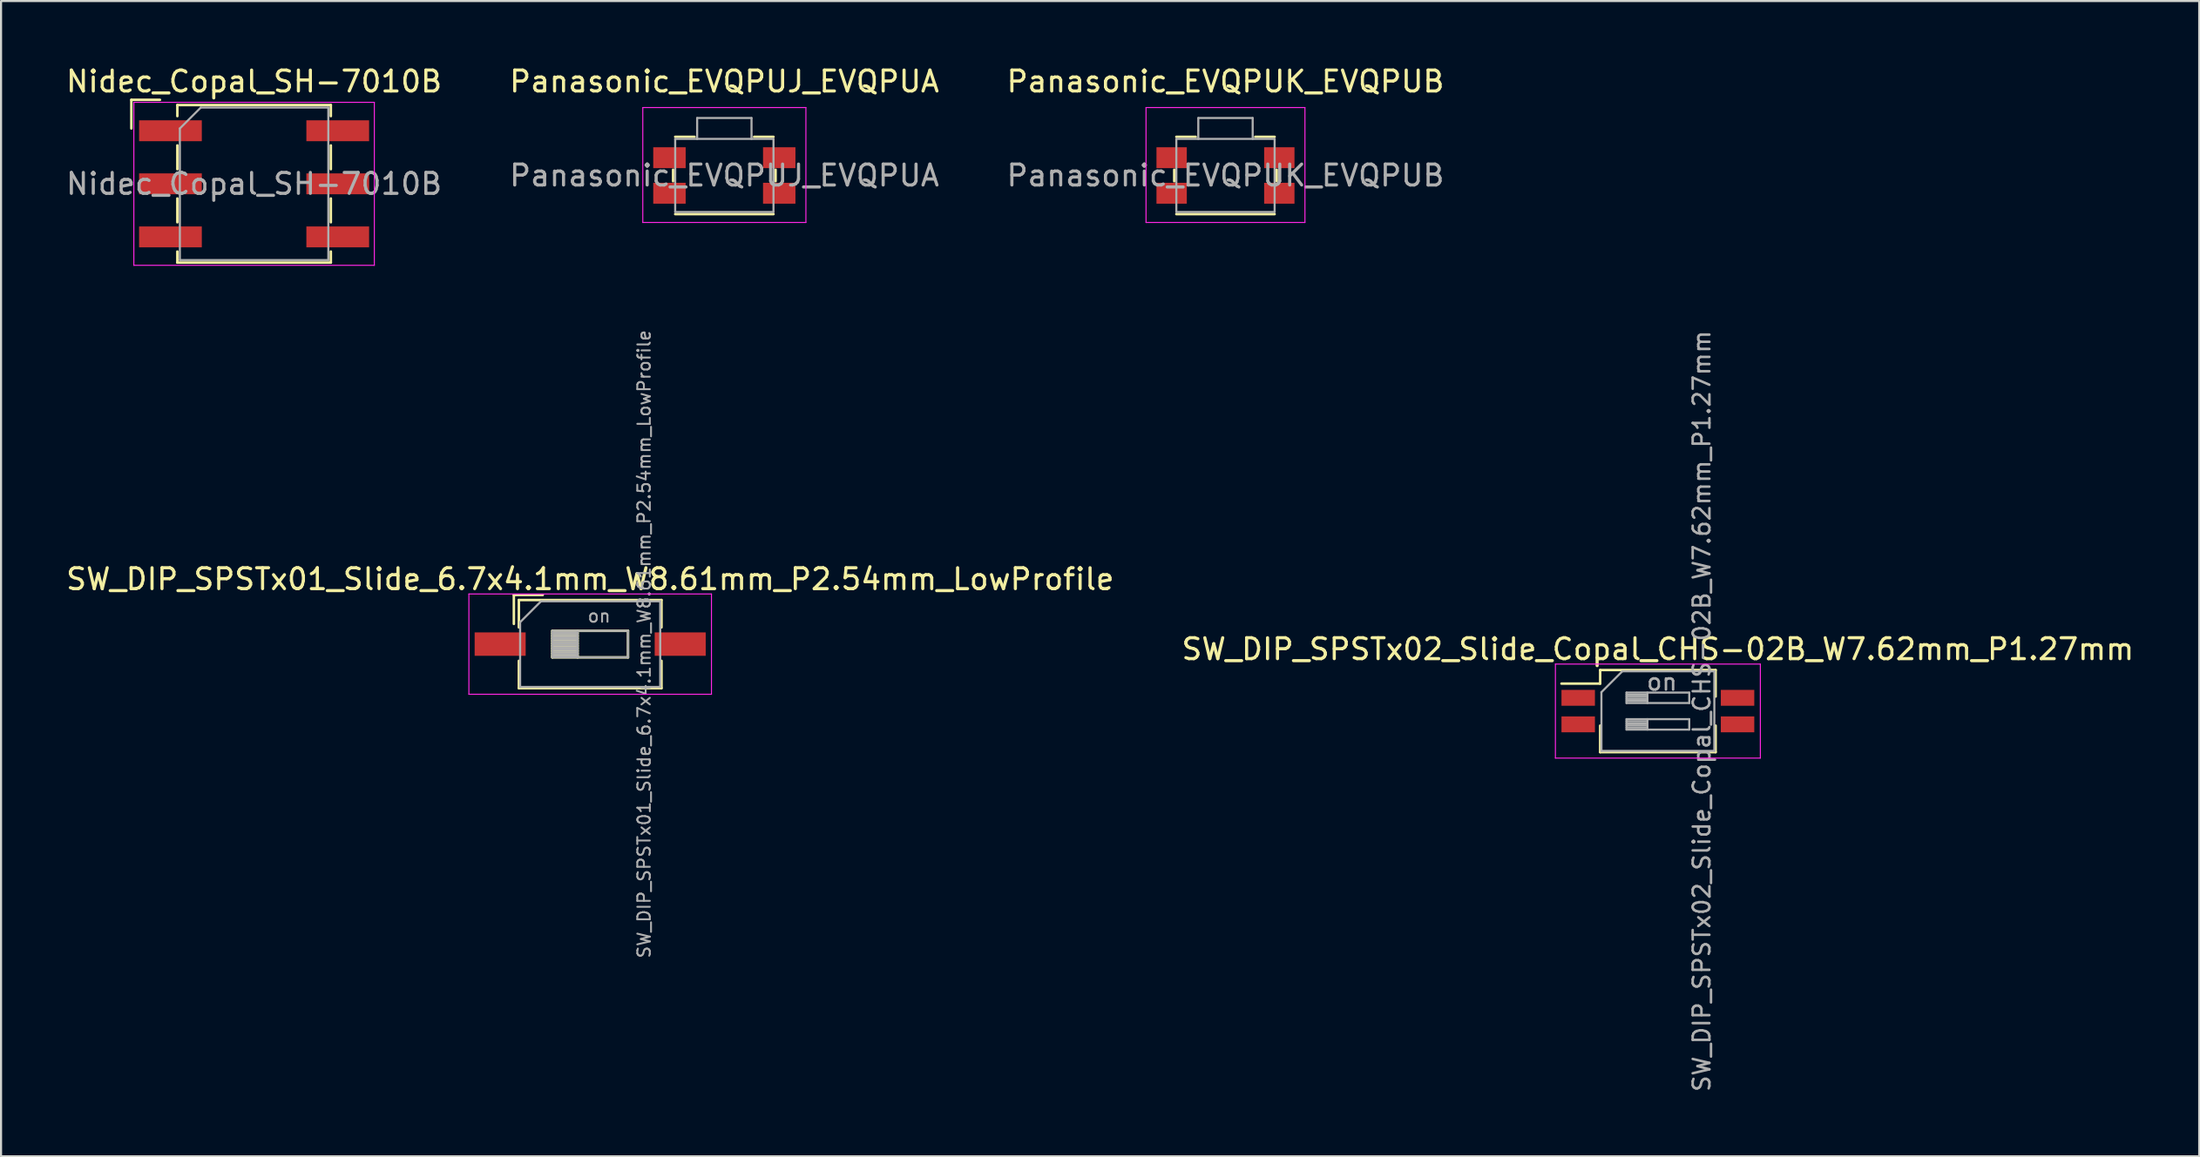
<source format=kicad_pcb>
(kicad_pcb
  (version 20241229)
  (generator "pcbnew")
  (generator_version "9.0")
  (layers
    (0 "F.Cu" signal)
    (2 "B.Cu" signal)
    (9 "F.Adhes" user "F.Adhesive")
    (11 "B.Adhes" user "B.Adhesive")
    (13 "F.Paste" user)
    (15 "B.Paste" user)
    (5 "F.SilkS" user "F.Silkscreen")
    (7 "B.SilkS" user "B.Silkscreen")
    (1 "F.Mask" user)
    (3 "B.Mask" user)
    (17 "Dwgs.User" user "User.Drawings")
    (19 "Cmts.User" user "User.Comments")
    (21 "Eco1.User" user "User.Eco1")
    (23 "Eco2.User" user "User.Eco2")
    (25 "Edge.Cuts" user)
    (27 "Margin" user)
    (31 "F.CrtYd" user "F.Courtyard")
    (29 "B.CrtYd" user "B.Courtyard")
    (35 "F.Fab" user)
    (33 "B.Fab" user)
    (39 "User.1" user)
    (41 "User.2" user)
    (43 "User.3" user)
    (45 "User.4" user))
  (footprint "SW_DIP_SPSTx02_Slide_Copal_CHS-02B_W7.62mm_P1.27mm"
    (layer "F.Cu")
    (at 76.232 30.983)
    (property "Reference" "SW_DIP_SPSTx02_Slide_Copal_CHS-02B_W7.62mm_P1.27mm" (at 0 -2.965 0) (layer "F.SilkS") (effects (font (size 1 1) (thickness 0.15))))
    (attr smd)
    (fp_line (start -4.61 -1.315) (end -2.76 -1.315) (stroke (width 0.12) (type solid)) (layer "F.SilkS"))
    (fp_line (start -2.76 -1.965) (end -2.76 -1.315) (stroke (width 0.12) (type solid)) (layer "F.SilkS"))
    (fp_line (start -2.76 -1.965) (end 2.76 -1.965) (stroke (width 0.12) (type solid)) (layer "F.SilkS"))
    (fp_line (start -2.76 0.695) (end -2.76 1.965) (stroke (width 0.12) (type solid)) (layer "F.SilkS"))
    (fp_line (start -2.76 1.965) (end 2.76 1.965) (stroke (width 0.12) (type solid)) (layer "F.SilkS"))
    (fp_line (start 2.76 -1.965) (end 2.76 -0.696) (stroke (width 0.12) (type solid)) (layer "F.SilkS"))
    (fp_line (start 2.76 0.695) (end 2.76 1.965) (stroke (width 0.12) (type solid)) (layer "F.SilkS"))
    (fp_line (start -4.9 -2.25) (end -4.9 2.25) (stroke (width 0.05) (type solid)) (layer "F.CrtYd"))
    (fp_line (start -4.9 2.25) (end 4.9 2.25) (stroke (width 0.05) (type solid)) (layer "F.CrtYd"))
    (fp_line (start 4.9 -2.25) (end -4.9 -2.25) (stroke (width 0.05) (type solid)) (layer "F.CrtYd"))
    (fp_line (start 4.9 2.25) (end 4.9 -2.25) (stroke (width 0.05) (type solid)) (layer "F.CrtYd"))
    (fp_line (start -2.7 -0.905) (end -1.7 -1.905) (stroke (width 0.1) (type solid)) (layer "F.Fab"))
    (fp_line (start -2.7 1.905) (end -2.7 -0.905) (stroke (width 0.1) (type solid)) (layer "F.Fab"))
    (fp_line (start -1.7 -1.905) (end 2.7 -1.905) (stroke (width 0.1) (type solid)) (layer "F.Fab"))
    (fp_line (start -1.5 -0.885) (end -1.5 -0.385) (stroke (width 0.1) (type solid)) (layer "F.Fab"))
    (fp_line (start -1.5 -0.785) (end -0.5 -0.785) (stroke (width 0.1) (type solid)) (layer "F.Fab"))
    (fp_line (start -1.5 -0.685) (end -0.5 -0.685) (stroke (width 0.1) (type solid)) (layer "F.Fab"))
    (fp_line (start -1.5 -0.585) (end -0.5 -0.585) (stroke (width 0.1) (type solid)) (layer "F.Fab"))
    (fp_line (start -1.5 -0.485) (end -0.5 -0.485) (stroke (width 0.1) (type solid)) (layer "F.Fab"))
    (fp_line (start -1.5 -0.385) (end 1.5 -0.385) (stroke (width 0.1) (type solid)) (layer "F.Fab"))
    (fp_line (start -1.5 0.385) (end -1.5 0.885) (stroke (width 0.1) (type solid)) (layer "F.Fab"))
    (fp_line (start -1.5 0.485) (end -0.5 0.485) (stroke (width 0.1) (type solid)) (layer "F.Fab"))
    (fp_line (start -1.5 0.585) (end -0.5 0.585) (stroke (width 0.1) (type solid)) (layer "F.Fab"))
    (fp_line (start -1.5 0.685) (end -0.5 0.685) (stroke (width 0.1) (type solid)) (layer "F.Fab"))
    (fp_line (start -1.5 0.785) (end -0.5 0.785) (stroke (width 0.1) (type solid)) (layer "F.Fab"))
    (fp_line (start -1.5 0.885) (end 1.5 0.885) (stroke (width 0.1) (type solid)) (layer "F.Fab"))
    (fp_line (start -0.5 -0.885) (end -0.5 -0.385) (stroke (width 0.1) (type solid)) (layer "F.Fab"))
    (fp_line (start -0.5 0.385) (end -0.5 0.885) (stroke (width 0.1) (type solid)) (layer "F.Fab"))
    (fp_line (start 1.5 -0.885) (end -1.5 -0.885) (stroke (width 0.1) (type solid)) (layer "F.Fab"))
    (fp_line (start 1.5 -0.385) (end 1.5 -0.885) (stroke (width 0.1) (type solid)) (layer "F.Fab"))
    (fp_line (start 1.5 0.385) (end -1.5 0.385) (stroke (width 0.1) (type solid)) (layer "F.Fab"))
    (fp_line (start 1.5 0.885) (end 1.5 0.385) (stroke (width 0.1) (type solid)) (layer "F.Fab"))
    (fp_line (start 2.7 -1.905) (end 2.7 1.905) (stroke (width 0.1) (type solid)) (layer "F.Fab"))
    (fp_line (start 2.7 1.905) (end -2.7 1.905) (stroke (width 0.1) (type solid)) (layer "F.Fab"))
    (fp_text user "on" (at 0.195 -1.395 0) (layer "F.Fab") (effects (font (size 0.8 0.8) (thickness 0.12))))
    (fp_text user "${REFERENCE}" (at 2.1 0 90) (layer "F.Fab") (effects (font (size 0.8 0.8) (thickness 0.12))))
    (pad "1" smd rect (at -3.81 -0.635) (size 1.6 0.76) (layers "F.Cu" "F.Mask" "F.Paste"))
    (pad "2" smd rect (at -3.81 0.635) (size 1.6 0.76) (layers "F.Cu" "F.Mask" "F.Paste"))
    (pad "3" smd rect (at 3.81 0.635) (size 1.6 0.76) (layers "F.Cu" "F.Mask" "F.Paste"))
    (pad "4" smd rect (at 3.81 -0.635) (size 1.6 0.76) (layers "F.Cu" "F.Mask" "F.Paste")))
  (footprint "SW_DIP_SPSTx01_Slide_6.7x4.1mm_W8.61mm_P2.54mm_LowProfile"
    (layer "F.Cu")
    (at 25.173 27.777)
    (property "Reference" "SW_DIP_SPSTx01_Slide_6.7x4.1mm_W8.61mm_P2.54mm_LowProfile" (at 0 -3.11 0) (layer "F.SilkS") (effects (font (size 1 1) (thickness 0.15))))
    (attr smd)
    (fp_line (start -3.65 -2.35) (end -3.65 -0.967) (stroke (width 0.12) (type solid)) (layer "F.SilkS"))
    (fp_line (start -3.65 -2.35) (end -2.267 -2.35) (stroke (width 0.12) (type solid)) (layer "F.SilkS"))
    (fp_line (start -3.41 -2.11) (end -3.41 -0.8) (stroke (width 0.12) (type solid)) (layer "F.SilkS"))
    (fp_line (start -3.41 -2.11) (end 3.41 -2.11) (stroke (width 0.12) (type solid)) (layer "F.SilkS"))
    (fp_line (start -3.41 0.8) (end -3.41 2.11) (stroke (width 0.12) (type solid)) (layer "F.SilkS"))
    (fp_line (start -3.41 2.11) (end 3.41 2.11) (stroke (width 0.12) (type solid)) (layer "F.SilkS"))
    (fp_line (start -1.81 -0.635) (end -1.81 0.635) (stroke (width 0.12) (type solid)) (layer "F.SilkS"))
    (fp_line (start -1.81 -0.515) (end -0.603 -0.515) (stroke (width 0.12) (type solid)) (layer "F.SilkS"))
    (fp_line (start -1.81 -0.395) (end -0.603 -0.395) (stroke (width 0.12) (type solid)) (layer "F.SilkS"))
    (fp_line (start -1.81 -0.275) (end -0.603 -0.275) (stroke (width 0.12) (type solid)) (layer "F.SilkS"))
    (fp_line (start -1.81 -0.155) (end -0.603 -0.155) (stroke (width 0.12) (type solid)) (layer "F.SilkS"))
    (fp_line (start -1.81 -0.035) (end -0.603 -0.035) (stroke (width 0.12) (type solid)) (layer "F.SilkS"))
    (fp_line (start -1.81 0.085) (end -0.603 0.085) (stroke (width 0.12) (type solid)) (layer "F.SilkS"))
    (fp_line (start -1.81 0.205) (end -0.603 0.205) (stroke (width 0.12) (type solid)) (layer "F.SilkS"))
    (fp_line (start -1.81 0.325) (end -0.603 0.325) (stroke (width 0.12) (type solid)) (layer "F.SilkS"))
    (fp_line (start -1.81 0.445) (end -0.603 0.445) (stroke (width 0.12) (type solid)) (layer "F.SilkS"))
    (fp_line (start -1.81 0.565) (end -0.603 0.565) (stroke (width 0.12) (type solid)) (layer "F.SilkS"))
    (fp_line (start -1.81 0.635) (end 1.81 0.635) (stroke (width 0.12) (type solid)) (layer "F.SilkS"))
    (fp_line (start -0.603 -0.635) (end -0.603 0.635) (stroke (width 0.12) (type solid)) (layer "F.SilkS"))
    (fp_line (start 1.81 -0.635) (end -1.81 -0.635) (stroke (width 0.12) (type solid)) (layer "F.SilkS"))
    (fp_line (start 1.81 0.635) (end 1.81 -0.635) (stroke (width 0.12) (type solid)) (layer "F.SilkS"))
    (fp_line (start 3.41 -2.11) (end 3.41 -0.8) (stroke (width 0.12) (type solid)) (layer "F.SilkS"))
    (fp_line (start 3.41 0.8) (end 3.41 2.11) (stroke (width 0.12) (type solid)) (layer "F.SilkS"))
    (fp_line (start -5.8 -2.4) (end -5.8 2.4) (stroke (width 0.05) (type solid)) (layer "F.CrtYd"))
    (fp_line (start -5.8 2.4) (end 5.8 2.4) (stroke (width 0.05) (type solid)) (layer "F.CrtYd"))
    (fp_line (start 5.8 -2.4) (end -5.8 -2.4) (stroke (width 0.05) (type solid)) (layer "F.CrtYd"))
    (fp_line (start 5.8 2.4) (end 5.8 -2.4) (stroke (width 0.05) (type solid)) (layer "F.CrtYd"))
    (fp_line (start -3.35 -1.05) (end -2.35 -2.05) (stroke (width 0.1) (type solid)) (layer "F.Fab"))
    (fp_line (start -3.35 2.05) (end -3.35 -1.05) (stroke (width 0.1) (type solid)) (layer "F.Fab"))
    (fp_line (start -2.35 -2.05) (end 3.35 -2.05) (stroke (width 0.1) (type solid)) (layer "F.Fab"))
    (fp_line (start -1.81 -0.635) (end -1.81 0.635) (stroke (width 0.1) (type solid)) (layer "F.Fab"))
    (fp_line (start -1.81 -0.535) (end -0.603 -0.535) (stroke (width 0.1) (type solid)) (layer "F.Fab"))
    (fp_line (start -1.81 -0.435) (end -0.603 -0.435) (stroke (width 0.1) (type solid)) (layer "F.Fab"))
    (fp_line (start -1.81 -0.335) (end -0.603 -0.335) (stroke (width 0.1) (type solid)) (layer "F.Fab"))
    (fp_line (start -1.81 -0.235) (end -0.603 -0.235) (stroke (width 0.1) (type solid)) (layer "F.Fab"))
    (fp_line (start -1.81 -0.135) (end -0.603 -0.135) (stroke (width 0.1) (type solid)) (layer "F.Fab"))
    (fp_line (start -1.81 -0.035) (end -0.603 -0.035) (stroke (width 0.1) (type solid)) (layer "F.Fab"))
    (fp_line (start -1.81 0.065) (end -0.603 0.065) (stroke (width 0.1) (type solid)) (layer "F.Fab"))
    (fp_line (start -1.81 0.165) (end -0.603 0.165) (stroke (width 0.1) (type solid)) (layer "F.Fab"))
    (fp_line (start -1.81 0.265) (end -0.603 0.265) (stroke (width 0.1) (type solid)) (layer "F.Fab"))
    (fp_line (start -1.81 0.365) (end -0.603 0.365) (stroke (width 0.1) (type solid)) (layer "F.Fab"))
    (fp_line (start -1.81 0.465) (end -0.603 0.465) (stroke (width 0.1) (type solid)) (layer "F.Fab"))
    (fp_line (start -1.81 0.565) (end -0.603 0.565) (stroke (width 0.1) (type solid)) (layer "F.Fab"))
    (fp_line (start -1.81 0.635) (end 1.81 0.635) (stroke (width 0.1) (type solid)) (layer "F.Fab"))
    (fp_line (start -0.603 -0.635) (end -0.603 0.635) (stroke (width 0.1) (type solid)) (layer "F.Fab"))
    (fp_line (start 1.81 -0.635) (end -1.81 -0.635) (stroke (width 0.1) (type solid)) (layer "F.Fab"))
    (fp_line (start 1.81 0.635) (end 1.81 -0.635) (stroke (width 0.1) (type solid)) (layer "F.Fab"))
    (fp_line (start 3.35 -2.05) (end 3.35 2.05) (stroke (width 0.1) (type solid)) (layer "F.Fab"))
    (fp_line (start 3.35 2.05) (end -3.35 2.05) (stroke (width 0.1) (type solid)) (layer "F.Fab"))
    (fp_text user "on" (at 0.427 -1.343 0) (layer "F.Fab") (effects (font (size 0.6 0.6) (thickness 0.09))))
    (fp_text user "${REFERENCE}" (at 2.58 0 90) (layer "F.Fab") (effects (font (size 0.6 0.6) (thickness 0.09))))
    (pad "1" smd rect (at -4.305 0) (size 2.44 1.12) (layers "F.Cu" "F.Mask" "F.Paste"))
    (pad "2" smd rect (at 4.305 0) (size 2.44 1.12) (layers "F.Cu" "F.Mask" "F.Paste")))
  (footprint "Panasonic_EVQPUK_EVQPUB"
    (layer "F.Cu")
    (at 55.554 5.348)
    (property "Reference" "Panasonic_EVQPUK_EVQPUB" (at 0 -4.5 0) (layer "F.SilkS") (effects (font (size 1 1) (thickness 0.15))))
    (attr smd)
    (fp_line (start -2.45 0.275) (end -2.45 -0.275) (stroke (width 0.12) (type solid)) (layer "F.SilkS"))
    (fp_line (start -1.425 -1.85) (end -2.35 -1.85) (stroke (width 0.12) (type solid)) (layer "F.SilkS"))
    (fp_line (start 2.35 -1.85) (end 1.425 -1.85) (stroke (width 0.12) (type solid)) (layer "F.SilkS"))
    (fp_line (start 2.35 1.85) (end -2.35 1.85) (stroke (width 0.12) (type solid)) (layer "F.SilkS"))
    (fp_line (start 2.45 0.275) (end 2.45 -0.275) (stroke (width 0.12) (type solid)) (layer "F.SilkS"))
    (fp_line (start -3.8 2.25) (end -3.8 -3.25) (stroke (width 0.05) (type solid)) (layer "F.CrtYd"))
    (fp_line (start 3.8 -3.25) (end -3.8 -3.25) (stroke (width 0.05) (type solid)) (layer "F.CrtYd"))
    (fp_line (start 3.8 2.25) (end -3.8 2.25) (stroke (width 0.05) (type solid)) (layer "F.CrtYd"))
    (fp_line (start 3.8 2.25) (end 3.8 -3.25) (stroke (width 0.05) (type solid)) (layer "F.CrtYd"))
    (fp_line (start -2.35 1.75) (end -2.35 -1.75) (stroke (width 0.1) (type solid)) (layer "F.Fab"))
    (fp_line (start -1.3 -2.75) (end -1.3 -1.75) (stroke (width 0.1) (type solid)) (layer "F.Fab"))
    (fp_line (start 1.3 -2.75) (end -1.3 -2.75) (stroke (width 0.1) (type solid)) (layer "F.Fab"))
    (fp_line (start 1.3 -2.75) (end 1.3 -1.75) (stroke (width 0.1) (type solid)) (layer "F.Fab"))
    (fp_line (start 2.35 -1.75) (end -2.35 -1.75) (stroke (width 0.1) (type solid)) (layer "F.Fab"))
    (fp_line (start 2.35 1.75) (end -2.35 1.75) (stroke (width 0.1) (type solid)) (layer "F.Fab"))
    (fp_line (start 2.35 1.75) (end 2.35 -1.75) (stroke (width 0.1) (type solid)) (layer "F.Fab"))
    (fp_text user "${REFERENCE}" (at 0 0 0) (layer "F.Fab") (effects (font (size 1 1) (thickness 0.15))))
    (pad "1" smd rect (at -2.575 -0.85 180) (size 1.45 1) (layers "F.Cu" "F.Mask" "F.Paste"))
    (pad "1" smd rect (at 2.575 -0.85 180) (size 1.45 1) (layers "F.Cu" "F.Mask" "F.Paste"))
    (pad "2" smd rect (at -2.575 0.85 180) (size 1.45 1) (layers "F.Cu" "F.Mask" "F.Paste"))
    (pad "2" smd rect (at 2.575 0.85 180) (size 1.45 1) (layers "F.Cu" "F.Mask" "F.Paste")))
  (footprint "Panasonic_EVQPUJ_EVQPUA"
    (layer "F.Cu")
    (at 31.589 5.348)
    (property "Reference" "Panasonic_EVQPUJ_EVQPUA" (at 0 -4.5 0) (layer "F.SilkS") (effects (font (size 1 1) (thickness 0.15))))
    (attr smd)
    (fp_line (start -2.45 0.275) (end -2.45 -0.275) (stroke (width 0.12) (type solid)) (layer "F.SilkS"))
    (fp_line (start -1.425 -1.85) (end -2.35 -1.85) (stroke (width 0.12) (type solid)) (layer "F.SilkS"))
    (fp_line (start 2.35 -1.85) (end 1.425 -1.85) (stroke (width 0.12) (type solid)) (layer "F.SilkS"))
    (fp_line (start 2.35 1.85) (end -2.35 1.85) (stroke (width 0.12) (type solid)) (layer "F.SilkS"))
    (fp_line (start 2.45 0.275) (end 2.45 -0.275) (stroke (width 0.12) (type solid)) (layer "F.SilkS"))
    (fp_line (start -3.9 2.25) (end -3.9 -3.25) (stroke (width 0.05) (type solid)) (layer "F.CrtYd"))
    (fp_line (start 3.9 -3.25) (end -3.9 -3.25) (stroke (width 0.05) (type solid)) (layer "F.CrtYd"))
    (fp_line (start 3.9 2.25) (end -3.9 2.25) (stroke (width 0.05) (type solid)) (layer "F.CrtYd"))
    (fp_line (start 3.9 2.25) (end 3.9 -3.25) (stroke (width 0.05) (type solid)) (layer "F.CrtYd"))
    (fp_line (start -2.35 1.75) (end -2.35 -1.75) (stroke (width 0.1) (type solid)) (layer "F.Fab"))
    (fp_line (start -1.3 -2.75) (end -1.3 -1.75) (stroke (width 0.1) (type solid)) (layer "F.Fab"))
    (fp_line (start 1.3 -2.75) (end -1.3 -2.75) (stroke (width 0.1) (type solid)) (layer "F.Fab"))
    (fp_line (start 1.3 -2.75) (end 1.3 -1.75) (stroke (width 0.1) (type solid)) (layer "F.Fab"))
    (fp_line (start 2.35 -1.75) (end -2.35 -1.75) (stroke (width 0.1) (type solid)) (layer "F.Fab"))
    (fp_line (start 2.35 1.75) (end -2.35 1.75) (stroke (width 0.1) (type solid)) (layer "F.Fab"))
    (fp_line (start 2.35 1.75) (end 2.35 -1.75) (stroke (width 0.1) (type solid)) (layer "F.Fab"))
    (fp_text user "${REFERENCE}" (at 0 0 0) (layer "F.Fab") (effects (font (size 1 1) (thickness 0.15))))
    (pad "1" smd rect (at -2.625 -0.85 180) (size 1.55 1) (layers "F.Cu" "F.Mask" "F.Paste"))
    (pad "1" smd rect (at 2.625 -0.85 180) (size 1.55 1) (layers "F.Cu" "F.Mask" "F.Paste"))
    (pad "2" smd rect (at -2.625 0.85 180) (size 1.55 1) (layers "F.Cu" "F.Mask" "F.Paste"))
    (pad "2" smd rect (at 2.625 0.85 180) (size 1.55 1) (layers "F.Cu" "F.Mask" "F.Paste")))
  (footprint "Nidec_Copal_SH-7010B"
    (layer "F.Cu")
    (at 9.101 5.748)
    (property "Reference" "Nidec_Copal_SH-7010B" (at 0 -4.9 0) (layer "F.SilkS") (effects (font (size 1 1) (thickness 0.15))))
    (attr smd)
    (fp_line (start -5.87 -4.02) (end -4.5 -4.02) (stroke (width 0.12) (type solid)) (layer "F.SilkS"))
    (fp_line (start -5.87 -2.65) (end -5.87 -4.02) (stroke (width 0.12) (type solid)) (layer "F.SilkS"))
    (fp_line (start -3.67 -3.77) (end 3.67 -3.77) (stroke (width 0.12) (type solid)) (layer "F.SilkS"))
    (fp_line (start -3.67 -3.24) (end -3.67 -3.77) (stroke (width 0.12) (type solid)) (layer "F.SilkS"))
    (fp_line (start -3.67 -1.84) (end -3.67 -0.7) (stroke (width 0.12) (type solid)) (layer "F.SilkS"))
    (fp_line (start -3.67 0.7) (end -3.67 1.84) (stroke (width 0.12) (type solid)) (layer "F.SilkS"))
    (fp_line (start -3.67 3.24) (end -3.67 3.77) (stroke (width 0.12) (type solid)) (layer "F.SilkS"))
    (fp_line (start -3.67 3.77) (end 3.67 3.77) (stroke (width 0.12) (type solid)) (layer "F.SilkS"))
    (fp_line (start 3.67 -3.77) (end 3.67 -3.24) (stroke (width 0.12) (type solid)) (layer "F.SilkS"))
    (fp_line (start 3.67 -1.84) (end 3.67 -0.7) (stroke (width 0.12) (type solid)) (layer "F.SilkS"))
    (fp_line (start 3.67 0.7) (end 3.67 1.84) (stroke (width 0.12) (type solid)) (layer "F.SilkS"))
    (fp_line (start 3.67 3.77) (end 3.67 3.24) (stroke (width 0.12) (type solid)) (layer "F.SilkS"))
    (fp_line (start -5.75 -3.9) (end -5.75 3.9) (stroke (width 0.05) (type solid)) (layer "F.CrtYd"))
    (fp_line (start -5.75 3.9) (end 5.75 3.9) (stroke (width 0.05) (type solid)) (layer "F.CrtYd"))
    (fp_line (start 5.75 -3.9) (end -5.75 -3.9) (stroke (width 0.05) (type solid)) (layer "F.CrtYd"))
    (fp_line (start 5.75 3.9) (end 5.75 -3.9) (stroke (width 0.05) (type solid)) (layer "F.CrtYd"))
    (fp_line (start -3.55 -2.65) (end -2.55 -3.65) (stroke (width 0.1) (type solid)) (layer "F.Fab"))
    (fp_line (start -3.55 3.65) (end -3.55 -2.65) (stroke (width 0.1) (type solid)) (layer "F.Fab"))
    (fp_line (start -2.55 -3.65) (end 3.55 -3.65) (stroke (width 0.1) (type solid)) (layer "F.Fab"))
    (fp_line (start 3.55 -3.65) (end 3.55 3.65) (stroke (width 0.1) (type solid)) (layer "F.Fab"))
    (fp_line (start 3.55 3.65) (end -3.55 3.65) (stroke (width 0.1) (type solid)) (layer "F.Fab"))
    (fp_text user "${REFERENCE}" (at 0 0 0) (layer "F.Fab") (effects (font (size 1 1) (thickness 0.15))))
    (pad "1" smd rect (at -4 -2.54) (size 3 1) (layers "F.Cu" "F.Mask" "F.Paste"))
    (pad "2" smd rect (at 4 2.54) (size 3 1) (layers "F.Cu" "F.Mask" "F.Paste"))
    (pad "4" smd rect (at -4 2.54) (size 3 1) (layers "F.Cu" "F.Mask" "F.Paste"))
    (pad "8" smd rect (at 4 -2.54) (size 3 1) (layers "F.Cu" "F.Mask" "F.Paste"))
    (pad "C" smd rect (at -4 0) (size 3 1) (layers "F.Cu" "F.Mask" "F.Paste"))
    (pad "C" smd rect (at 4 0) (size 3 1) (layers "F.Cu" "F.Mask" "F.Paste")))
  (gr_rect
    (start -3 -3)
    (end 102.119 52.292)
    (stroke (width 0.1) (type default))
    (fill no)
    (layer "Edge.Cuts")))
</source>
